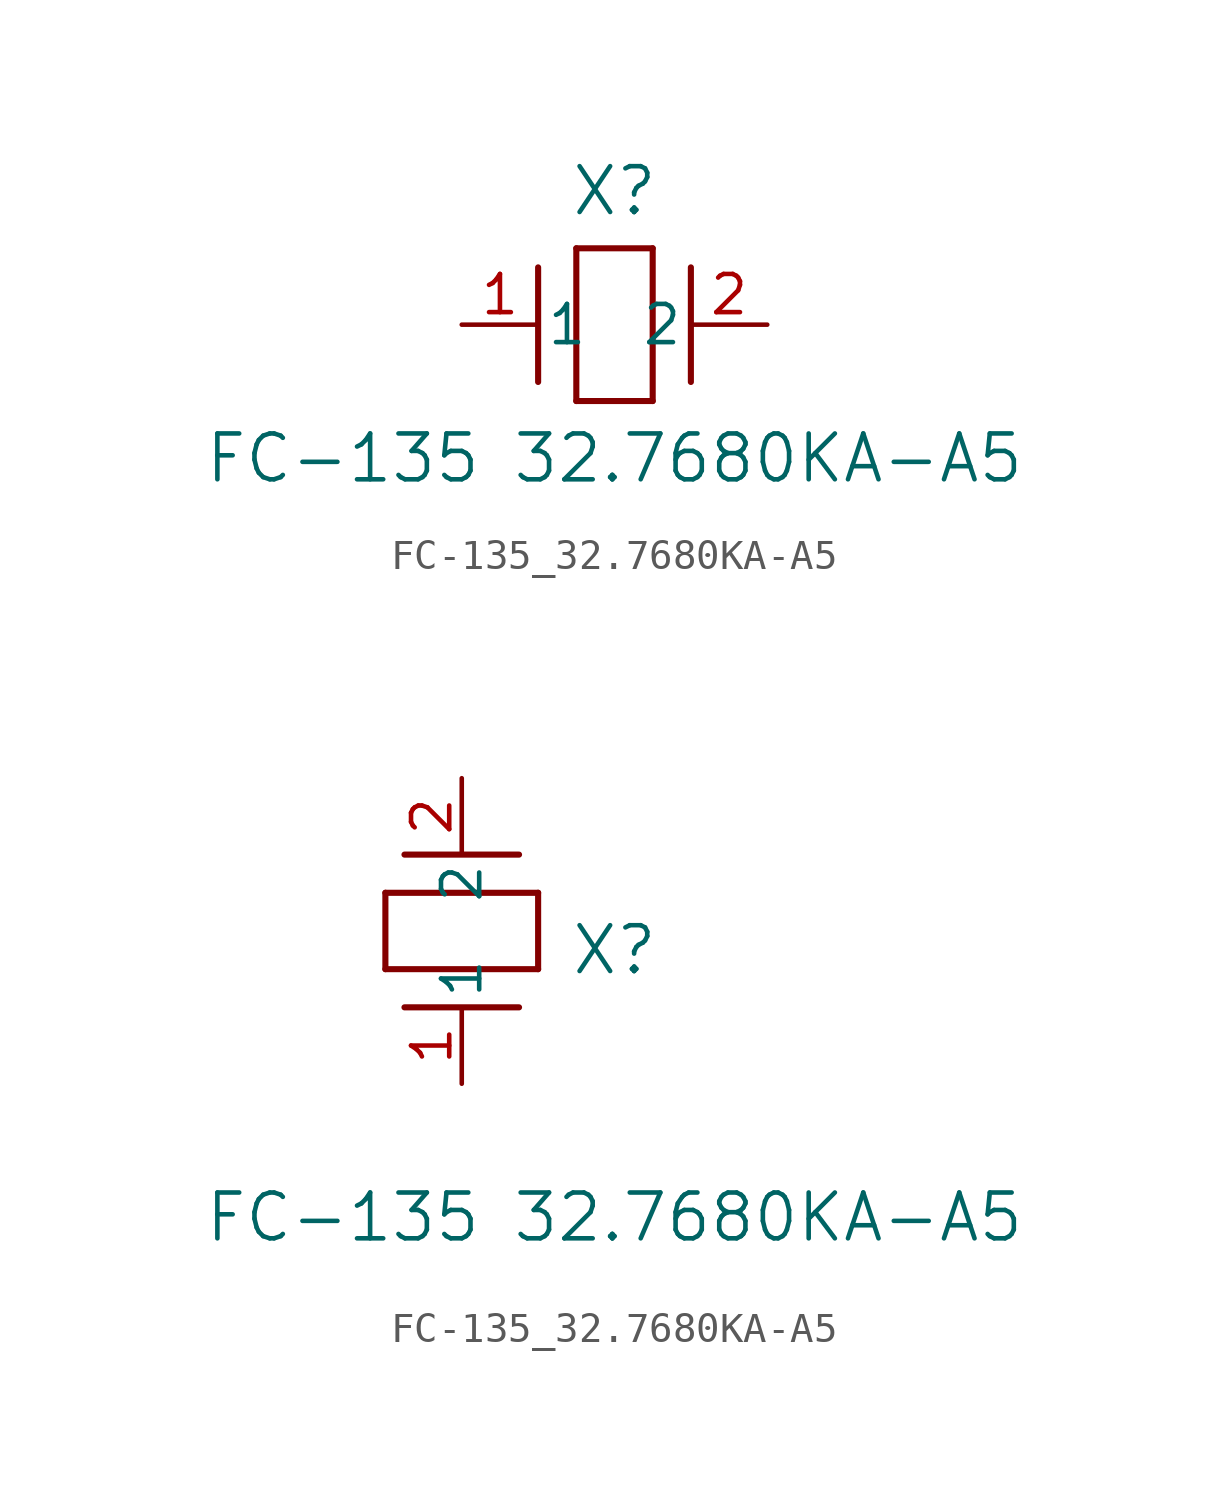
<source format=kicad_sym>
(kicad_symbol_lib
  (version 20211014)
  (generator kicad_symbol_editor)
  (symbol "FC-135_32.7680KA-A5"
    (pin_names
      (offset 0.254))
    (property "Reference" "X"
      (at 5.08 4.445 0)
      (effects (font (size 1.524 1.524))))
    (property "Value" "FC-135 32.7680KA-A5"
      (at 5.08 -4.445 0)
      (effects (font (size 1.524 1.524))))
    (symbol "FC-135_32.7680KA-A5_1_1"
      (polyline (pts (xy 2.54 -1.905) (xy 2.54 1.905)) (stroke (width 0.203) (type default) (color 0 0 0 0)) (fill (type none)))
      (polyline (pts (xy 6.35 2.54) (xy 6.35 -2.54)) (stroke (width 0.203) (type default) (color 0 0 0 0)) (fill (type none)))
      (polyline (pts (xy 7.62 -1.905) (xy 7.62 1.905)) (stroke (width 0.203) (type default) (color 0 0 0 0)) (fill (type none)))
      (polyline (pts (xy 6.35 -2.54) (xy 3.81 -2.54)) (stroke (width 0.203) (type default) (color 0 0 0 0)) (fill (type none)))
      (polyline (pts (xy 3.81 2.54) (xy 6.35 2.54)) (stroke (width 0.203) (type default) (color 0 0 0 0)) (fill (type none)))
      (polyline (pts (xy 3.81 -2.54) (xy 3.81 2.54)) (stroke (width 0.203) (type default) (color 0 0 0 0)) (fill (type none)))
      (pin unspecified line (at 0 0 0) (length 2.54) (name "1" (effects (font (size 1.27 1.27)))) (number "1" (effects (font (size 1.27 1.27)))))
      (pin unspecified line (at 10.16 0 180) (length 2.54) (name "2" (effects (font (size 1.27 1.27)))) (number "2" (effects (font (size 1.27 1.27))))))
    (symbol "FC-135_32.7680KA-A5_1_2"
      (polyline (pts (xy 1.905 7.62) (xy -1.905 7.62)) (stroke (width 0.203) (type default) (color 0 0 0 0)) (fill (type none)))
      (polyline (pts (xy -2.54 3.81) (xy -2.54 6.35)) (stroke (width 0.203) (type default) (color 0 0 0 0)) (fill (type none)))
      (polyline (pts (xy 1.905 2.54) (xy -1.905 2.54)) (stroke (width 0.203) (type default) (color 0 0 0 0)) (fill (type none)))
      (polyline (pts (xy 2.54 6.35) (xy 2.54 3.81)) (stroke (width 0.203) (type default) (color 0 0 0 0)) (fill (type none)))
      (polyline (pts (xy -2.54 6.35) (xy 2.54 6.35)) (stroke (width 0.203) (type default) (color 0 0 0 0)) (fill (type none)))
      (polyline (pts (xy 2.54 3.81) (xy -2.54 3.81)) (stroke (width 0.203) (type default) (color 0 0 0 0)) (fill (type none)))
      (pin unspecified line (at 0 0 90) (length 2.54) (name "1" (effects (font (size 1.27 1.27)))) (number "1" (effects (font (size 1.27 1.27)))))
      (pin unspecified line (at 0 10.16 270) (length 2.54) (name "2" (effects (font (size 1.27 1.27)))) (number "2" (effects (font (size 1.27 1.27))))))))
</source>
